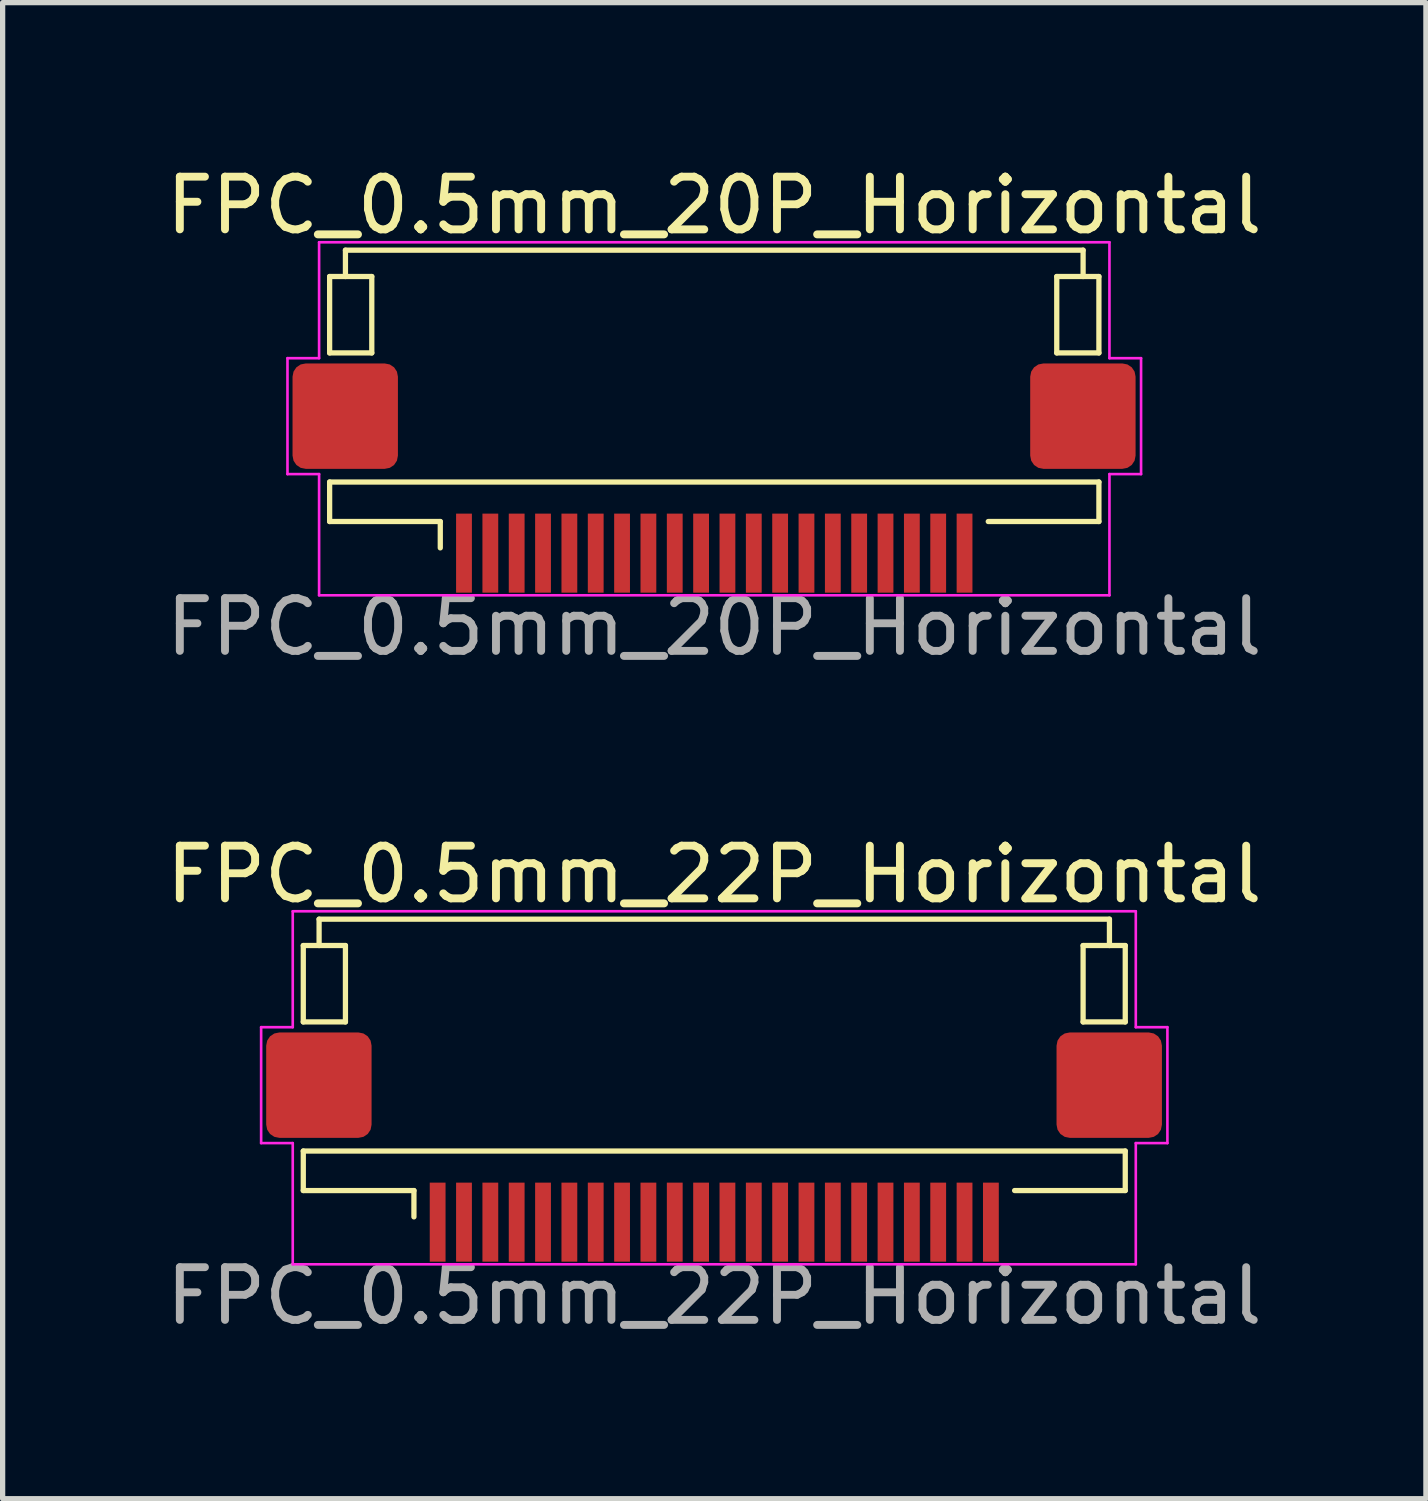
<source format=kicad_pcb>
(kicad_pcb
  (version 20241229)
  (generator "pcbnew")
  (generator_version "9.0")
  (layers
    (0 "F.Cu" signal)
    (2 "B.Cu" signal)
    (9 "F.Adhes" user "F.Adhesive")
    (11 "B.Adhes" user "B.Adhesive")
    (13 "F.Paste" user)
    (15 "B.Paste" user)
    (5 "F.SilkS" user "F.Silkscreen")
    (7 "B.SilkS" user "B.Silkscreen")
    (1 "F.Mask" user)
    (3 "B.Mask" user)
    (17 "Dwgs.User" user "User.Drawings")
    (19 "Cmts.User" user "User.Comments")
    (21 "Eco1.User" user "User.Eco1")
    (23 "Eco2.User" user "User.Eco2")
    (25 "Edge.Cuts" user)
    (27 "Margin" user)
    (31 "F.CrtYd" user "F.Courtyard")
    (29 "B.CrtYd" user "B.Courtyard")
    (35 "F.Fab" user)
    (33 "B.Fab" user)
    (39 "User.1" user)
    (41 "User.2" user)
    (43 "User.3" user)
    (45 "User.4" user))
  (footprint "FPC_0.5mm_20P_Horizontal"
    (layer "F.Cu")
    (at 10.506 6.848)
    (property "Reference" "FPC_0.5mm_20P_Horizontal" (at 0 -6 0) (layer "F.SilkS") (effects (font (size 1 1) (thickness 0.15))))
    (attr smd)
    (fp_line (start -7.3 -4.65) (end -6.5 -4.65) (stroke (width 0.1) (type default)) (layer "F.SilkS"))
    (fp_line (start -7.3 -3.2) (end -7.3 -4.65) (stroke (width 0.1) (type solid)) (layer "F.SilkS"))
    (fp_line (start -7.3 -3.2) (end -6.5 -3.2) (stroke (width 0.1) (type default)) (layer "F.SilkS"))
    (fp_line (start -7.3 -0.75) (end 7.3 -0.75) (stroke (width 0.1) (type default)) (layer "F.SilkS"))
    (fp_line (start -7.3 0) (end -7.3 -0.75) (stroke (width 0.1) (type solid)) (layer "F.SilkS"))
    (fp_line (start -7 -5.15) (end -7 -4.65) (stroke (width 0.1) (type default)) (layer "F.SilkS"))
    (fp_line (start -6.5 -4.65) (end -6.5 -3.2) (stroke (width 0.1) (type default)) (layer "F.SilkS"))
    (fp_line (start -5.2 0) (end -7.3 0) (stroke (width 0.1) (type solid)) (layer "F.SilkS"))
    (fp_line (start -5.2 0) (end -5.2 0.5) (stroke (width 0.1) (type solid)) (layer "F.SilkS"))
    (fp_line (start 5.2 0) (end 7.3 0.000003) (stroke (width 0.1) (type solid)) (layer "F.SilkS"))
    (fp_line (start 6.5 -4.65) (end 7.3 -4.65) (stroke (width 0.1) (type default)) (layer "F.SilkS"))
    (fp_line (start 6.5 -3.2) (end 6.5 -4.65) (stroke (width 0.1) (type default)) (layer "F.SilkS"))
    (fp_line (start 6.5 -3.2) (end 7.3 -3.2) (stroke (width 0.1) (type default)) (layer "F.SilkS"))
    (fp_line (start 7 -5.15) (end -7 -5.15) (stroke (width 0.1) (type solid)) (layer "F.SilkS"))
    (fp_line (start 7 -5.15) (end 7 -4.65) (stroke (width 0.1) (type default)) (layer "F.SilkS"))
    (fp_line (start 7.3 -3.2) (end 7.3 -4.65) (stroke (width 0.1) (type solid)) (layer "F.SilkS"))
    (fp_line (start 7.3 0.000003) (end 7.3 -0.75) (stroke (width 0.1) (type solid)) (layer "F.SilkS"))
    (fp_line (start -8.1 -3.1) (end -8.1 -0.9) (stroke (width 0.05) (type default)) (layer "F.CrtYd"))
    (fp_line (start -8.1 -0.9) (end -7.5 -0.9) (stroke (width 0.05) (type default)) (layer "F.CrtYd"))
    (fp_line (start -7.5 -5.3) (end -7.5 -3.1) (stroke (width 0.05) (type default)) (layer "F.CrtYd"))
    (fp_line (start -7.5 -3.1) (end -8.1 -3.1) (stroke (width 0.05) (type default)) (layer "F.CrtYd"))
    (fp_line (start -7.5 -0.9) (end -7.5 1.4) (stroke (width 0.05) (type default)) (layer "F.CrtYd"))
    (fp_line (start -7.5 1.4) (end 7.5 1.4) (stroke (width 0.05) (type solid)) (layer "F.CrtYd"))
    (fp_line (start 7.5 -5.3) (end -7.5 -5.3) (stroke (width 0.05) (type solid)) (layer "F.CrtYd"))
    (fp_line (start 7.5 -5.3) (end 7.5 -3.1) (stroke (width 0.05) (type default)) (layer "F.CrtYd"))
    (fp_line (start 7.5 -3.1) (end 8.1 -3.1) (stroke (width 0.05) (type default)) (layer "F.CrtYd"))
    (fp_line (start 7.5 -0.9) (end 7.5 1.4) (stroke (width 0.05) (type default)) (layer "F.CrtYd"))
    (fp_line (start 8.1 -3.1) (end 8.1 -0.9) (stroke (width 0.05) (type default)) (layer "F.CrtYd"))
    (fp_line (start 8.1 -0.9) (end 7.5 -0.9) (stroke (width 0.05) (type default)) (layer "F.CrtYd"))
    (fp_text user "${REFERENCE}" (at 0 2 180) (layer "F.Fab") (effects (font (size 1 1) (thickness 0.15))))
    (pad "1" smd rect (at -4.75 0.6 180) (size 0.3 1.5) (layers "F.Cu" "F.Mask" "F.Paste"))
    (pad "2" smd rect (at -4.25 0.6 180) (size 0.3 1.5) (layers "F.Cu" "F.Mask" "F.Paste"))
    (pad "3" smd rect (at -3.75 0.6 180) (size 0.3 1.5) (layers "F.Cu" "F.Mask" "F.Paste"))
    (pad "4" smd rect (at -3.25 0.6 180) (size 0.3 1.5) (layers "F.Cu" "F.Mask" "F.Paste"))
    (pad "5" smd rect (at -2.75 0.6 180) (size 0.3 1.5) (layers "F.Cu" "F.Mask" "F.Paste"))
    (pad "6" smd rect (at -2.25 0.6 180) (size 0.3 1.5) (layers "F.Cu" "F.Mask" "F.Paste"))
    (pad "7" smd rect (at -1.75 0.6 180) (size 0.3 1.5) (layers "F.Cu" "F.Mask" "F.Paste"))
    (pad "8" smd rect (at -1.25 0.6 180) (size 0.3 1.5) (layers "F.Cu" "F.Mask" "F.Paste"))
    (pad "9" smd rect (at -0.75 0.6 180) (size 0.3 1.5) (layers "F.Cu" "F.Mask" "F.Paste"))
    (pad "10" smd rect (at -0.25 0.6 180) (size 0.3 1.5) (layers "F.Cu" "F.Mask" "F.Paste"))
    (pad "11" smd rect (at 0.25 0.6 180) (size 0.3 1.5) (layers "F.Cu" "F.Mask" "F.Paste"))
    (pad "12" smd rect (at 0.75 0.6 180) (size 0.3 1.5) (layers "F.Cu" "F.Mask" "F.Paste"))
    (pad "13" smd rect (at 1.25 0.6 180) (size 0.3 1.5) (layers "F.Cu" "F.Mask" "F.Paste"))
    (pad "14" smd rect (at 1.75 0.6 180) (size 0.3 1.5) (layers "F.Cu" "F.Mask" "F.Paste"))
    (pad "15" smd rect (at 2.25 0.6 180) (size 0.3 1.5) (layers "F.Cu" "F.Mask" "F.Paste"))
    (pad "16" smd rect (at 2.75 0.6 180) (size 0.3 1.5) (layers "F.Cu" "F.Mask" "F.Paste"))
    (pad "17" smd rect (at 3.25 0.6 180) (size 0.3 1.5) (layers "F.Cu" "F.Mask" "F.Paste"))
    (pad "18" smd rect (at 3.75 0.6 180) (size 0.3 1.5) (layers "F.Cu" "F.Mask" "F.Paste"))
    (pad "19" smd rect (at 4.25 0.6 180) (size 0.3 1.5) (layers "F.Cu" "F.Mask" "F.Paste"))
    (pad "20" smd rect (at 4.75 0.6 180) (size 0.3 1.5) (layers "F.Cu" "F.Mask" "F.Paste"))
    (pad "MP" smd roundrect (at -7.004 -2 270) (size 2 2) (layers "F.Cu" "F.Mask" "F.Paste") (roundrect_rratio 0.125))
    (pad "MP" smd roundrect (at 6.996 -2 180) (size 2 2) (layers "F.Cu" "F.Mask" "F.Paste") (roundrect_rratio 0.125)))
  (footprint "FPC_0.5mm_22P_Horizontal"
    (layer "F.Cu")
    (at 10.506 19.545)
    (property "Reference" "FPC_0.5mm_22P_Horizontal" (at 0 -6 0) (layer "F.SilkS") (effects (font (size 1 1) (thickness 0.15))))
    (attr smd)
    (fp_line (start -7.8 -4.65) (end -7 -4.65) (stroke (width 0.1) (type default)) (layer "F.SilkS"))
    (fp_line (start -7.8 -3.2) (end -7.8 -4.65) (stroke (width 0.1) (type solid)) (layer "F.SilkS"))
    (fp_line (start -7.8 -3.2) (end -7 -3.2) (stroke (width 0.1) (type default)) (layer "F.SilkS"))
    (fp_line (start -7.8 -0.75) (end 7.8 -0.75) (stroke (width 0.1) (type default)) (layer "F.SilkS"))
    (fp_line (start -7.8 0) (end -7.8 -0.75) (stroke (width 0.1) (type solid)) (layer "F.SilkS"))
    (fp_line (start -7.5 -5.15) (end -7.5 -4.65) (stroke (width 0.1) (type default)) (layer "F.SilkS"))
    (fp_line (start -7 -4.65) (end -7 -3.2) (stroke (width 0.1) (type default)) (layer "F.SilkS"))
    (fp_line (start -5.7 0) (end -7.8 0) (stroke (width 0.1) (type solid)) (layer "F.SilkS"))
    (fp_line (start -5.7 0) (end -5.7 0.5) (stroke (width 0.1) (type solid)) (layer "F.SilkS"))
    (fp_line (start 5.7 0) (end 7.8 0.000003) (stroke (width 0.1) (type solid)) (layer "F.SilkS"))
    (fp_line (start 7 -4.65) (end 7.8 -4.65) (stroke (width 0.1) (type default)) (layer "F.SilkS"))
    (fp_line (start 7 -3.2) (end 7 -4.65) (stroke (width 0.1) (type default)) (layer "F.SilkS"))
    (fp_line (start 7 -3.2) (end 7.8 -3.2) (stroke (width 0.1) (type default)) (layer "F.SilkS"))
    (fp_line (start 7.5 -5.15) (end -7.5 -5.15) (stroke (width 0.1) (type solid)) (layer "F.SilkS"))
    (fp_line (start 7.5 -5.15) (end 7.5 -4.65) (stroke (width 0.1) (type default)) (layer "F.SilkS"))
    (fp_line (start 7.8 -3.2) (end 7.8 -4.65) (stroke (width 0.1) (type solid)) (layer "F.SilkS"))
    (fp_line (start 7.8 0.000003) (end 7.8 -0.75) (stroke (width 0.1) (type solid)) (layer "F.SilkS"))
    (fp_line (start -8.6 -3.1) (end -8.6 -0.9) (stroke (width 0.05) (type default)) (layer "F.CrtYd"))
    (fp_line (start -8.6 -0.9) (end -8 -0.9) (stroke (width 0.05) (type default)) (layer "F.CrtYd"))
    (fp_line (start -8 -5.3) (end -8 -3.1) (stroke (width 0.05) (type default)) (layer "F.CrtYd"))
    (fp_line (start -8 -3.1) (end -8.6 -3.1) (stroke (width 0.05) (type default)) (layer "F.CrtYd"))
    (fp_line (start -8 -0.9) (end -8 1.4) (stroke (width 0.05) (type default)) (layer "F.CrtYd"))
    (fp_line (start -8 1.4) (end 8 1.4) (stroke (width 0.05) (type solid)) (layer "F.CrtYd"))
    (fp_line (start 8 -5.3) (end -8 -5.3) (stroke (width 0.05) (type solid)) (layer "F.CrtYd"))
    (fp_line (start 8 -5.3) (end 8 -3.1) (stroke (width 0.05) (type default)) (layer "F.CrtYd"))
    (fp_line (start 8 -3.1) (end 8.6 -3.1) (stroke (width 0.05) (type default)) (layer "F.CrtYd"))
    (fp_line (start 8 -0.9) (end 8 1.4) (stroke (width 0.05) (type default)) (layer "F.CrtYd"))
    (fp_line (start 8.6 -3.1) (end 8.6 -0.9) (stroke (width 0.05) (type default)) (layer "F.CrtYd"))
    (fp_line (start 8.6 -0.9) (end 8 -0.9) (stroke (width 0.05) (type default)) (layer "F.CrtYd"))
    (fp_text user "${REFERENCE}" (at 0 2 180) (layer "F.Fab") (effects (font (size 1 1) (thickness 0.15))))
    (pad "1" smd rect (at -5.25 0.6 180) (size 0.3 1.5) (layers "F.Cu" "F.Mask" "F.Paste"))
    (pad "2" smd rect (at -4.75 0.6 180) (size 0.3 1.5) (layers "F.Cu" "F.Mask" "F.Paste"))
    (pad "3" smd rect (at -4.25 0.6 180) (size 0.3 1.5) (layers "F.Cu" "F.Mask" "F.Paste"))
    (pad "4" smd rect (at -3.75 0.6 180) (size 0.3 1.5) (layers "F.Cu" "F.Mask" "F.Paste"))
    (pad "5" smd rect (at -3.25 0.6 180) (size 0.3 1.5) (layers "F.Cu" "F.Mask" "F.Paste"))
    (pad "6" smd rect (at -2.75 0.6 180) (size 0.3 1.5) (layers "F.Cu" "F.Mask" "F.Paste"))
    (pad "7" smd rect (at -2.25 0.6 180) (size 0.3 1.5) (layers "F.Cu" "F.Mask" "F.Paste"))
    (pad "8" smd rect (at -1.75 0.6 180) (size 0.3 1.5) (layers "F.Cu" "F.Mask" "F.Paste"))
    (pad "9" smd rect (at -1.25 0.6 180) (size 0.3 1.5) (layers "F.Cu" "F.Mask" "F.Paste"))
    (pad "10" smd rect (at -0.75 0.6 180) (size 0.3 1.5) (layers "F.Cu" "F.Mask" "F.Paste"))
    (pad "11" smd rect (at -0.25 0.6 180) (size 0.3 1.5) (layers "F.Cu" "F.Mask" "F.Paste"))
    (pad "12" smd rect (at 0.25 0.6 180) (size 0.3 1.5) (layers "F.Cu" "F.Mask" "F.Paste"))
    (pad "13" smd rect (at 0.75 0.6 180) (size 0.3 1.5) (layers "F.Cu" "F.Mask" "F.Paste"))
    (pad "14" smd rect (at 1.25 0.6 180) (size 0.3 1.5) (layers "F.Cu" "F.Mask" "F.Paste"))
    (pad "15" smd rect (at 1.75 0.6 180) (size 0.3 1.5) (layers "F.Cu" "F.Mask" "F.Paste"))
    (pad "16" smd rect (at 2.25 0.6 180) (size 0.3 1.5) (layers "F.Cu" "F.Mask" "F.Paste"))
    (pad "17" smd rect (at 2.75 0.6 180) (size 0.3 1.5) (layers "F.Cu" "F.Mask" "F.Paste"))
    (pad "18" smd rect (at 3.25 0.6 180) (size 0.3 1.5) (layers "F.Cu" "F.Mask" "F.Paste"))
    (pad "19" smd rect (at 3.75 0.6 180) (size 0.3 1.5) (layers "F.Cu" "F.Mask" "F.Paste"))
    (pad "20" smd rect (at 4.25 0.6 180) (size 0.3 1.5) (layers "F.Cu" "F.Mask" "F.Paste"))
    (pad "21" smd rect (at 4.75 0.6 180) (size 0.3 1.5) (layers "F.Cu" "F.Mask" "F.Paste"))
    (pad "22" smd rect (at 5.25 0.6 180) (size 0.3 1.5) (layers "F.Cu" "F.Mask" "F.Paste"))
    (pad "MP" smd roundrect (at -7.504 -2 270) (size 2 2) (layers "F.Cu" "F.Mask" "F.Paste") (roundrect_rratio 0.125))
    (pad "MP" smd roundrect (at 7.496 -2 180) (size 2 2) (layers "F.Cu" "F.Mask" "F.Paste") (roundrect_rratio 0.125)))
  (gr_rect
    (start -3 -3)
    (end 24.012 25.393)
    (stroke (width 0.1) (type default))
    (fill no)
    (layer "Edge.Cuts")))
</source>
